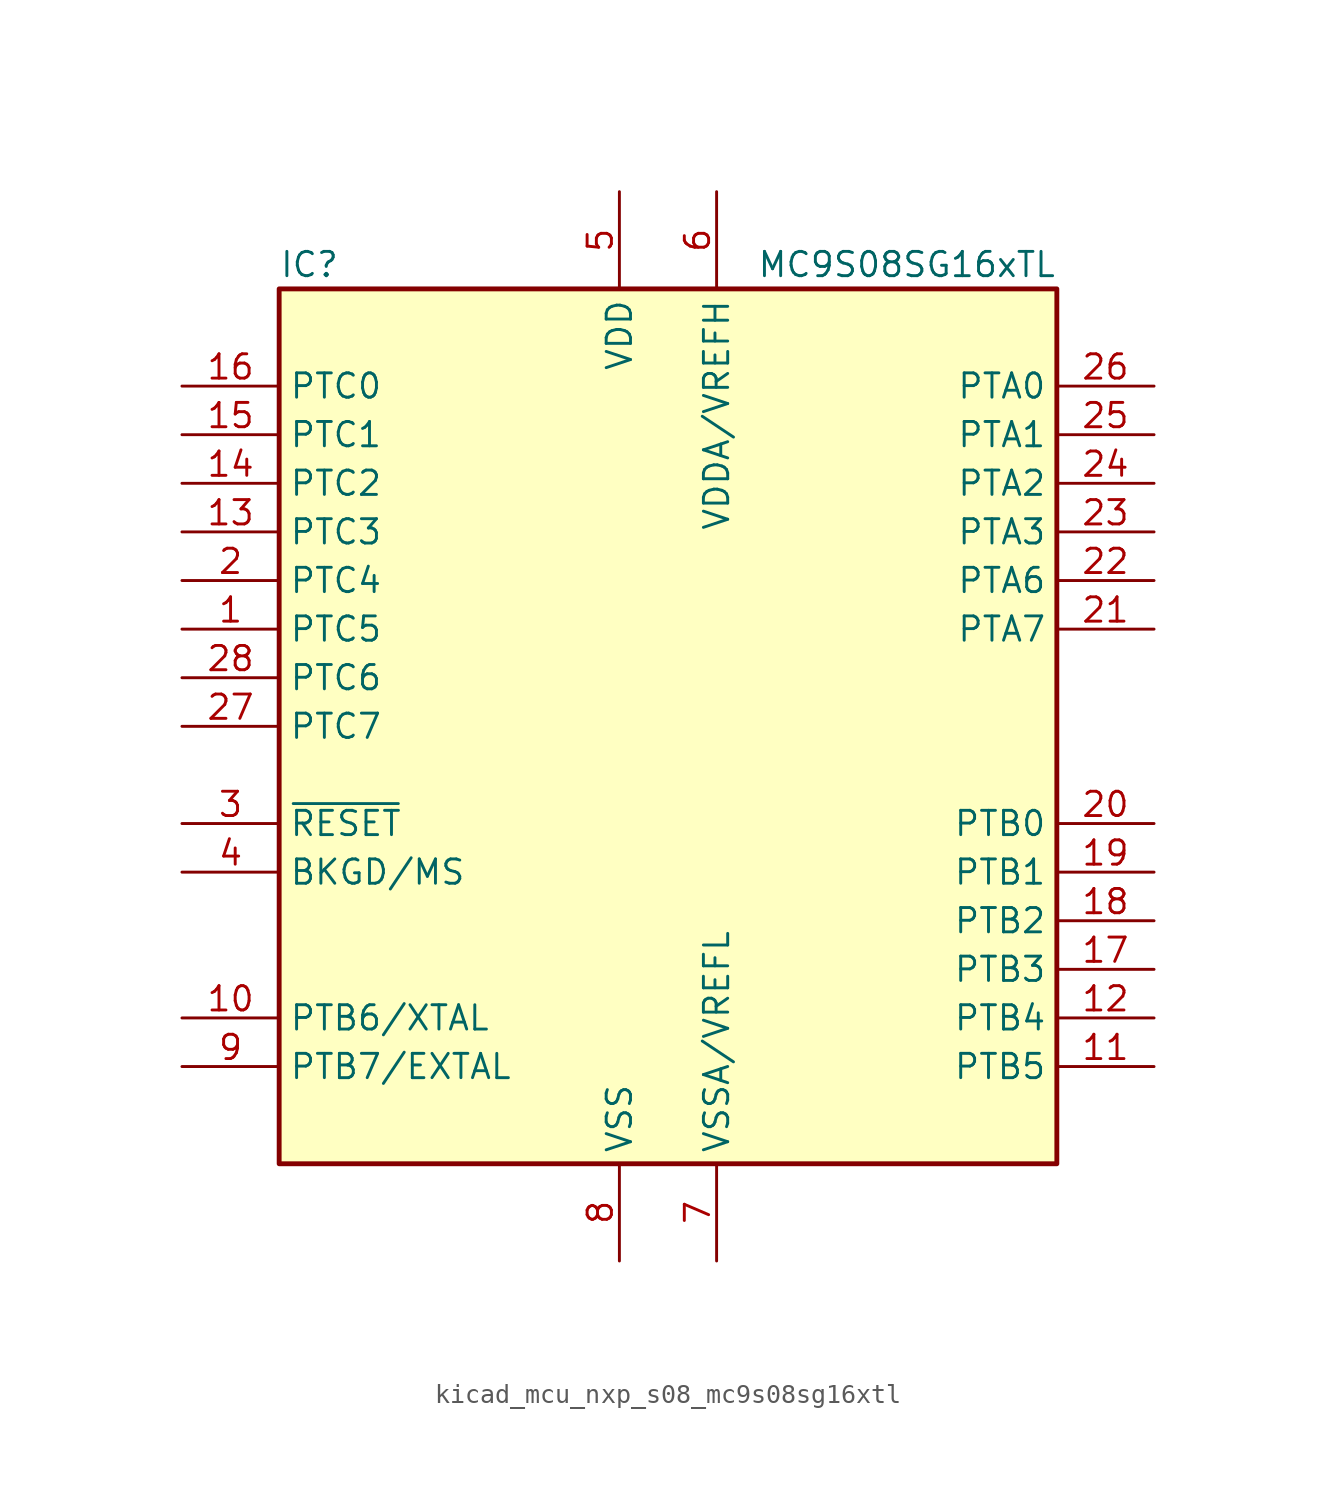
<source format=kicad_sym>
(kicad_symbol_lib
  (version 20220914)
  (generator kicad_symbol_editor)
  (symbol "kicad_mcu_nxp_s08_mc9s08sg16xtl"
    (property "Reference" "IC"
      (at -20.32 24.13 0)
      (effects (font (size 1.27 1.27)) (justify left)))
    (property "Value" "MC9S08SG16xTL"
      (at 20.32 24.13 0)
      (effects (font (size 1.27 1.27)) (justify right)))
    (symbol "kicad_mcu_nxp_s08_mc9s08sg16xtl_0_1"
      (rectangle (start -20.32 22.86) (end 20.32 -22.86) (stroke (width 0.254) (type default)) (fill (type background))))
    (symbol "kicad_mcu_nxp_s08_mc9s08sg16xtl_1_1"
      (pin bidirectional line (at -25.4 5.08 0) (length 5.08) (name "PTC5" (effects (font (size 1.27 1.27)))) (number "1" (effects (font (size 1.27 1.27)))))
      (pin bidirectional line (at -25.4 -15.24 0) (length 5.08) (name "PTB6/XTAL" (effects (font (size 1.27 1.27)))) (number "10" (effects (font (size 1.27 1.27)))))
      (pin bidirectional line (at 25.4 -17.78 180) (length 5.08) (name "PTB5" (effects (font (size 1.27 1.27)))) (number "11" (effects (font (size 1.27 1.27)))))
      (pin bidirectional line (at 25.4 -15.24 180) (length 5.08) (name "PTB4" (effects (font (size 1.27 1.27)))) (number "12" (effects (font (size 1.27 1.27)))))
      (pin bidirectional line (at -25.4 10.16 0) (length 5.08) (name "PTC3" (effects (font (size 1.27 1.27)))) (number "13" (effects (font (size 1.27 1.27)))))
      (pin bidirectional line (at -25.4 12.7 0) (length 5.08) (name "PTC2" (effects (font (size 1.27 1.27)))) (number "14" (effects (font (size 1.27 1.27)))))
      (pin bidirectional line (at -25.4 15.24 0) (length 5.08) (name "PTC1" (effects (font (size 1.27 1.27)))) (number "15" (effects (font (size 1.27 1.27)))))
      (pin bidirectional line (at -25.4 17.78 0) (length 5.08) (name "PTC0" (effects (font (size 1.27 1.27)))) (number "16" (effects (font (size 1.27 1.27)))))
      (pin bidirectional line (at 25.4 -12.7 180) (length 5.08) (name "PTB3" (effects (font (size 1.27 1.27)))) (number "17" (effects (font (size 1.27 1.27)))))
      (pin bidirectional line (at 25.4 -10.16 180) (length 5.08) (name "PTB2" (effects (font (size 1.27 1.27)))) (number "18" (effects (font (size 1.27 1.27)))))
      (pin bidirectional line (at 25.4 -7.62 180) (length 5.08) (name "PTB1" (effects (font (size 1.27 1.27)))) (number "19" (effects (font (size 1.27 1.27)))))
      (pin bidirectional line (at -25.4 7.62 0) (length 5.08) (name "PTC4" (effects (font (size 1.27 1.27)))) (number "2" (effects (font (size 1.27 1.27)))))
      (pin bidirectional line (at 25.4 -5.08 180) (length 5.08) (name "PTB0" (effects (font (size 1.27 1.27)))) (number "20" (effects (font (size 1.27 1.27)))))
      (pin bidirectional line (at 25.4 5.08 180) (length 5.08) (name "PTA7" (effects (font (size 1.27 1.27)))) (number "21" (effects (font (size 1.27 1.27)))))
      (pin bidirectional line (at 25.4 7.62 180) (length 5.08) (name "PTA6" (effects (font (size 1.27 1.27)))) (number "22" (effects (font (size 1.27 1.27)))))
      (pin bidirectional line (at 25.4 10.16 180) (length 5.08) (name "PTA3" (effects (font (size 1.27 1.27)))) (number "23" (effects (font (size 1.27 1.27)))))
      (pin bidirectional line (at 25.4 12.7 180) (length 5.08) (name "PTA2" (effects (font (size 1.27 1.27)))) (number "24" (effects (font (size 1.27 1.27)))))
      (pin bidirectional line (at 25.4 15.24 180) (length 5.08) (name "PTA1" (effects (font (size 1.27 1.27)))) (number "25" (effects (font (size 1.27 1.27)))))
      (pin bidirectional line (at 25.4 17.78 180) (length 5.08) (name "PTA0" (effects (font (size 1.27 1.27)))) (number "26" (effects (font (size 1.27 1.27)))))
      (pin bidirectional line (at -25.4 0 0) (length 5.08) (name "PTC7" (effects (font (size 1.27 1.27)))) (number "27" (effects (font (size 1.27 1.27)))))
      (pin bidirectional line (at -25.4 2.54 0) (length 5.08) (name "PTC6" (effects (font (size 1.27 1.27)))) (number "28" (effects (font (size 1.27 1.27)))))
      (pin input line (at -25.4 -5.08 0) (length 5.08) (name "~{RESET}" (effects (font (size 1.27 1.27)))) (number "3" (effects (font (size 1.27 1.27)))))
      (pin bidirectional line (at -25.4 -7.62 0) (length 5.08) (name "BKGD/MS" (effects (font (size 1.27 1.27)))) (number "4" (effects (font (size 1.27 1.27)))))
      (pin power_in line (at -2.54 27.94 270) (length 5.08) (name "VDD" (effects (font (size 1.27 1.27)))) (number "5" (effects (font (size 1.27 1.27)))))
      (pin power_in line (at 2.54 27.94 270) (length 5.08) (name "VDDA/VREFH" (effects (font (size 1.27 1.27)))) (number "6" (effects (font (size 1.27 1.27)))))
      (pin power_in line (at 2.54 -27.94 90) (length 5.08) (name "VSSA/VREFL" (effects (font (size 1.27 1.27)))) (number "7" (effects (font (size 1.27 1.27)))))
      (pin power_in line (at -2.54 -27.94 90) (length 5.08) (name "VSS" (effects (font (size 1.27 1.27)))) (number "8" (effects (font (size 1.27 1.27)))))
      (pin bidirectional line (at -25.4 -17.78 0) (length 5.08) (name "PTB7/EXTAL" (effects (font (size 1.27 1.27)))) (number "9" (effects (font (size 1.27 1.27))))))))
</source>
